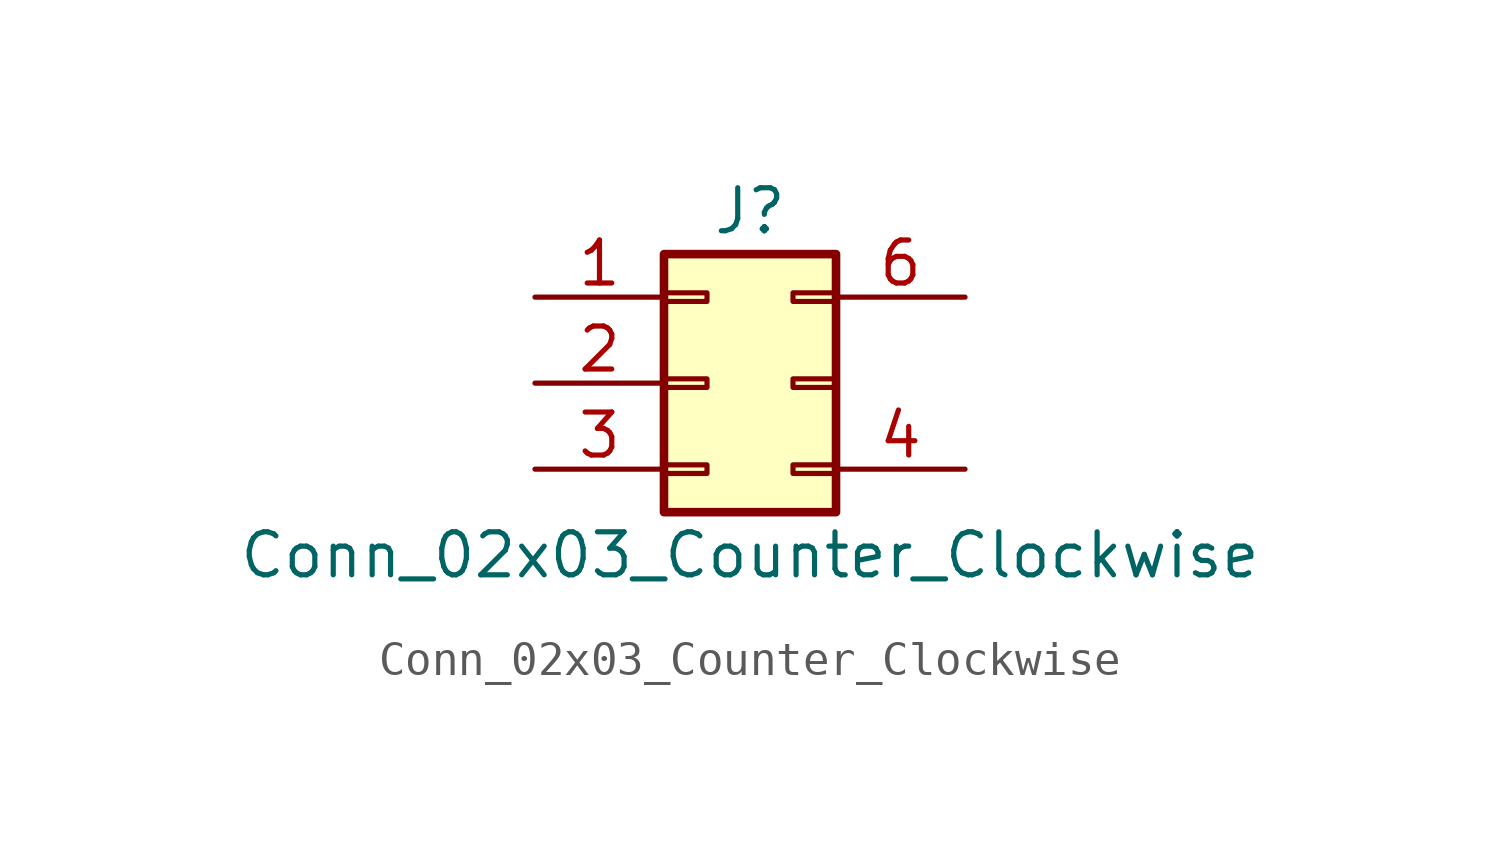
<source format=kicad_sym>
(kicad_symbol_lib
  (version 20211014)
  (generator kicad_symbol_editor)
  (symbol "Conn_02x03_Counter_Clockwise"
    (pin_names
      (offset 1.016) hide)
    (property "Reference" "J"
      (at 1.27 5.08 0)
      (effects (font (size 1.27 1.27))))
    (property "Value" "Conn_02x03_Counter_Clockwise"
      (at 1.27 -5.08 0)
      (effects (font (size 1.27 1.27))))
    (symbol "Conn_02x03_Counter_Clockwise_1_1"
      (rectangle (start -1.27 -2.413) (end 0 -2.667) (stroke (width 0.152) (type default) (color 0 0 0 0)) (fill (type none)))
      (rectangle (start -1.27 0.127) (end 0 -0.127) (stroke (width 0.152) (type default) (color 0 0 0 0)) (fill (type none)))
      (rectangle (start -1.27 2.667) (end 0 2.413) (stroke (width 0.152) (type default) (color 0 0 0 0)) (fill (type none)))
      (rectangle (start -1.27 3.81) (end 3.81 -3.81) (stroke (width 0.254) (type default) (color 0 0 0 0)) (fill (type background)))
      (rectangle (start 3.81 -2.413) (end 2.54 -2.667) (stroke (width 0.152) (type default) (color 0 0 0 0)) (fill (type none)))
      (rectangle (start 3.81 0.127) (end 2.54 -0.127) (stroke (width 0.152) (type default) (color 0 0 0 0)) (fill (type none)))
      (rectangle (start 3.81 2.667) (end 2.54 2.413) (stroke (width 0.152) (type default) (color 0 0 0 0)) (fill (type none)))
      (pin passive line (at -5.08 2.54 0) (length 3.81) (name "Pin_1" (effects (font (size 1.27 1.27)))) (number "1" (effects (font (size 1.27 1.27)))))
      (pin bidirectional line (at -5.08 0 0) (length 3.81) (name "Pin_2" (effects (font (size 1.27 1.27)))) (number "2" (effects (font (size 1.27 1.27)))))
      (pin passive line (at -5.08 -2.54 0) (length 3.81) (name "Pin_3" (effects (font (size 1.27 1.27)))) (number "3" (effects (font (size 1.27 1.27)))))
      (pin passive line (at 7.62 -2.54 180) (length 3.81) (name "Pin_4" (effects (font (size 1.27 1.27)))) (number "4" (effects (font (size 1.27 1.27)))))
      (pin no_connect line (at 7.62 0 180) (length 3.81) hide (name "Pin_5" (effects (font (size 1.27 1.27)))) (number "5" (effects (font (size 1.27 1.27)))))
      (pin bidirectional line (at 7.62 2.54 180) (length 3.81) (name "Pin_6" (effects (font (size 1.27 1.27)))) (number "6" (effects (font (size 1.27 1.27))))))))
</source>
